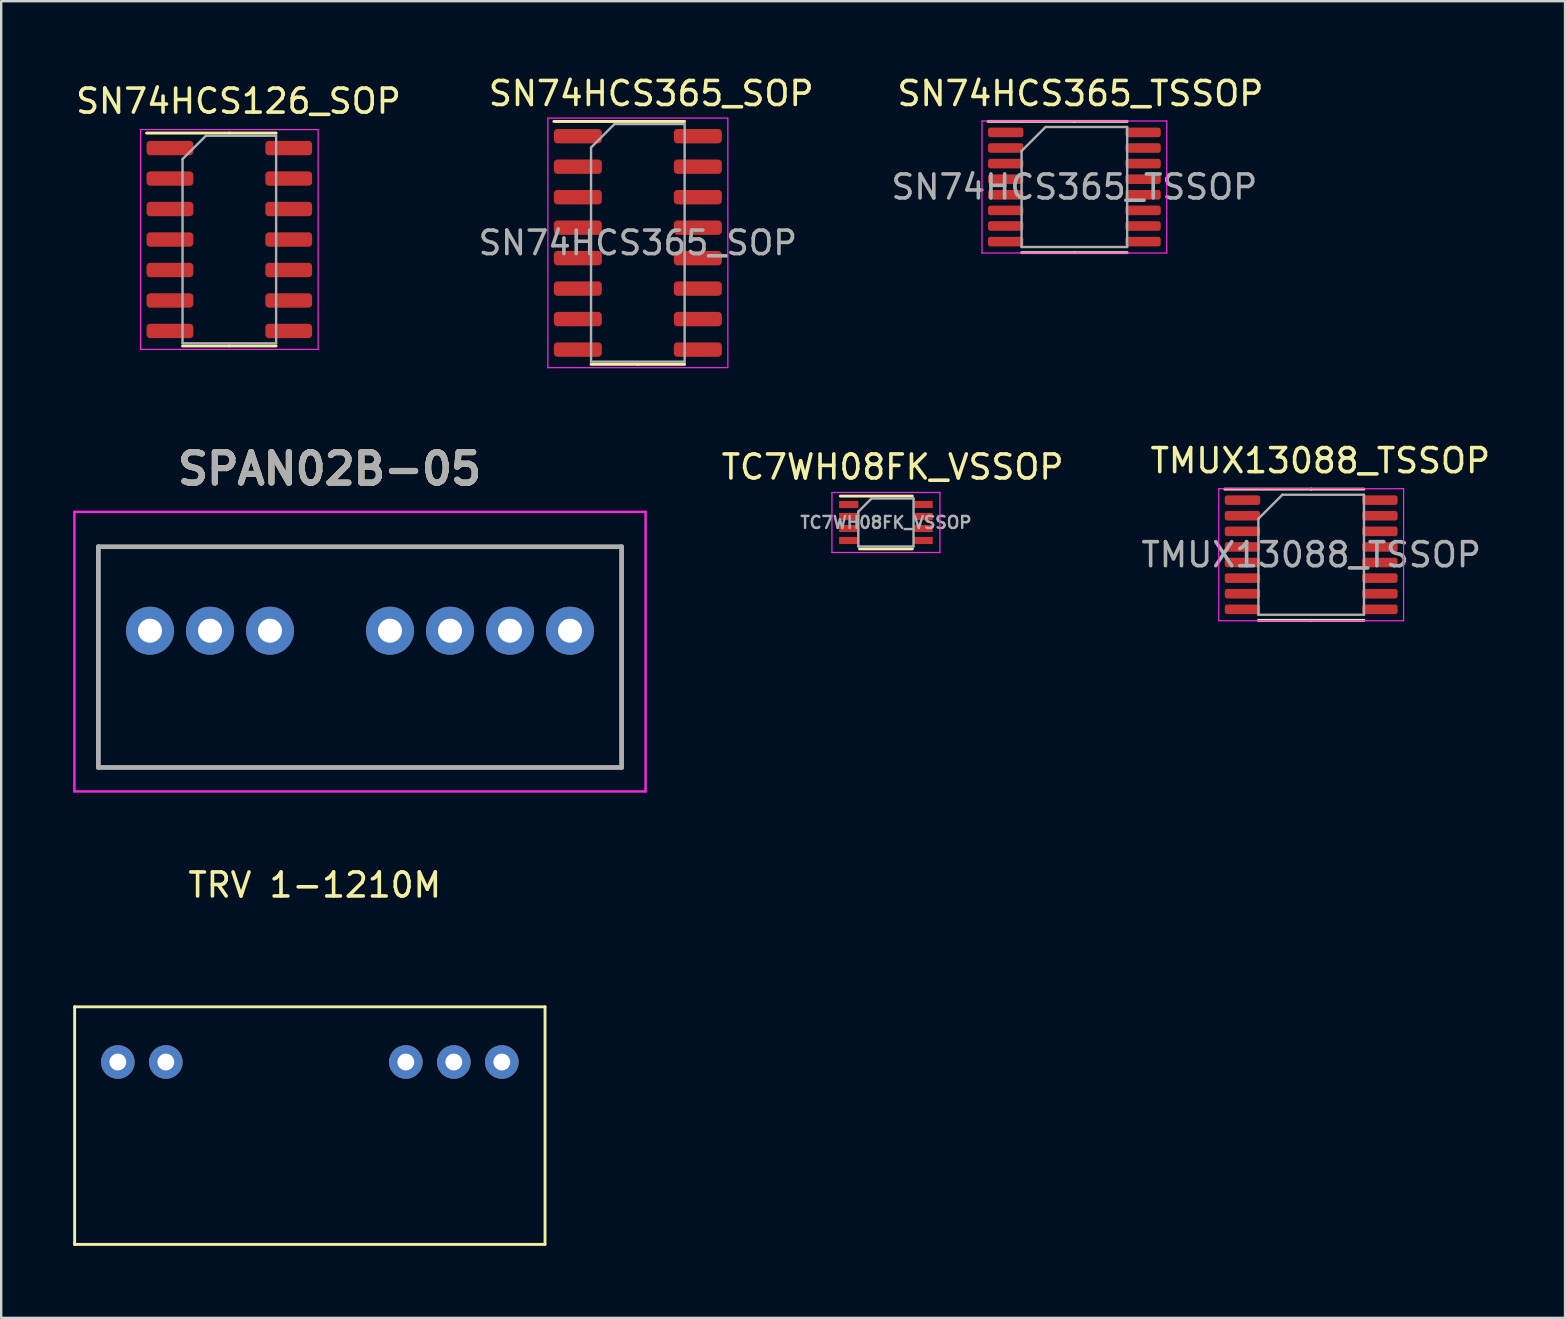
<source format=kicad_pcb>
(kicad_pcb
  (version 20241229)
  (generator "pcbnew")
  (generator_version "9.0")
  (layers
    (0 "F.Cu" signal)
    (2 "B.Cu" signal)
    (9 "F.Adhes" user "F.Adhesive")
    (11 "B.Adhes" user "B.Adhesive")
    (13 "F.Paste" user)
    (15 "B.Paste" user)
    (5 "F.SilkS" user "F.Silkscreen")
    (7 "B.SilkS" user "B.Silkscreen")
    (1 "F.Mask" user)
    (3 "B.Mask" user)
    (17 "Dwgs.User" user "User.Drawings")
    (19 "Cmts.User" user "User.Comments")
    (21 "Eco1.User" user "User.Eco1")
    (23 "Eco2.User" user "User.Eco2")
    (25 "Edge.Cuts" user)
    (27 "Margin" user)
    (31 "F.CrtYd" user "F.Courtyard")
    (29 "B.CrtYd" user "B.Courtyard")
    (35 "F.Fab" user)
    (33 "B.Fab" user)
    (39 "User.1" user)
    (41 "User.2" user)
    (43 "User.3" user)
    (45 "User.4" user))
  (footprint "SPAN02B-05"
    (layer "F.Cu")
    (at 11.95 24.105)
    (property "Reference" "SPAN02B-05" (at -1.27 -7.62 0) (layer "F.SilkS") (effects (font (size 1.27 1.27) (thickness 0.254))))
    (attr through_hole)
    (fp_line (start -10.9 -4.375) (end 10.9 -4.375) (stroke (width 0.1) (type solid)) (layer "F.SilkS"))
    (fp_line (start -10.9 4.825) (end -10.9 -4.375) (stroke (width 0.1) (type solid)) (layer "F.SilkS"))
    (fp_line (start 10.9 -4.375) (end 10.9 4.825) (stroke (width 0.1) (type solid)) (layer "F.SilkS"))
    (fp_line (start 10.9 4.825) (end -10.9 4.825) (stroke (width 0.1) (type solid)) (layer "F.SilkS"))
    (fp_line (start -11.9 -5.825) (end 11.9 -5.825) (stroke (width 0.1) (type solid)) (layer "F.CrtYd"))
    (fp_line (start -11.9 5.825) (end -11.9 -5.825) (stroke (width 0.1) (type solid)) (layer "F.CrtYd"))
    (fp_line (start 11.9 -5.825) (end 11.9 5.825) (stroke (width 0.1) (type solid)) (layer "F.CrtYd"))
    (fp_line (start 11.9 5.825) (end -11.9 5.825) (stroke (width 0.1) (type solid)) (layer "F.CrtYd"))
    (fp_line (start -10.9 -4.375) (end 10.9 -4.375) (stroke (width 0.2) (type solid)) (layer "F.Fab"))
    (fp_line (start -10.9 4.825) (end -10.9 -4.375) (stroke (width 0.2) (type solid)) (layer "F.Fab"))
    (fp_line (start 10.9 -4.375) (end 10.9 4.825) (stroke (width 0.2) (type solid)) (layer "F.Fab"))
    (fp_line (start 10.9 4.825) (end -10.9 4.825) (stroke (width 0.2) (type solid)) (layer "F.Fab"))
    (fp_text user "${REFERENCE}" (at -1.27 -7.62 0) (layer "F.Fab") (effects (font (size 1.27 1.27) (thickness 0.254))))
    (pad "1" thru_hole circle (at -8.75 -0.875) (size 2 2) (drill 1) (layers "*.Cu" "*.Mask"))
    (pad "2" thru_hole circle (at -6.25 -0.875) (size 2 2) (drill 1) (layers "*.Cu" "*.Mask"))
    (pad "3" thru_hole circle (at -3.75 -0.875) (size 2 2) (drill 1) (layers "*.Cu" "*.Mask"))
    (pad "5" thru_hole circle (at 1.25 -0.875) (size 2 2) (drill 1) (layers "*.Cu" "*.Mask"))
    (pad "6" thru_hole circle (at 3.75 -0.875) (size 2 2) (drill 1) (layers "*.Cu" "*.Mask"))
    (pad "7" thru_hole circle (at 6.25 -0.875) (size 2 2) (drill 1) (layers "*.Cu" "*.Mask"))
    (pad "8" thru_hole circle (at 8.75 -0.875) (size 2 2) (drill 1) (layers "*.Cu" "*.Mask")))
  (footprint "TMUX13088_TSSOP"
    (layer "F.Cu")
    (at 51.966 15.645)
    (property "Reference" "TMUX13088_TSSOP" (at 0 0.5 0) (layer "F.SilkS") (effects (font (size 1 1) (thickness 0.15))))
    (attr through_hole)
    (fp_line (start -0.381 1.685) (end -3.981 1.685) (stroke (width 0.12) (type solid)) (layer "F.SilkS"))
    (fp_line (start -0.381 1.685) (end 1.819 1.685) (stroke (width 0.12) (type solid)) (layer "F.SilkS"))
    (fp_line (start -0.381 7.155) (end -2.581 7.155) (stroke (width 0.12) (type solid)) (layer "F.SilkS"))
    (fp_line (start -0.381 7.155) (end 1.819 7.155) (stroke (width 0.12) (type solid)) (layer "F.SilkS"))
    (fp_line (start -4.231 1.67) (end -4.231 7.17) (stroke (width 0.05) (type solid)) (layer "F.CrtYd"))
    (fp_line (start -4.231 7.17) (end 3.469 7.17) (stroke (width 0.05) (type solid)) (layer "F.CrtYd"))
    (fp_line (start 3.469 1.67) (end -4.231 1.67) (stroke (width 0.05) (type solid)) (layer "F.CrtYd"))
    (fp_line (start 3.469 7.17) (end 3.469 1.67) (stroke (width 0.05) (type solid)) (layer "F.CrtYd"))
    (fp_line (start -2.581 2.92) (end -1.581 1.92) (stroke (width 0.1) (type solid)) (layer "F.Fab"))
    (fp_line (start -2.581 6.92) (end -2.581 2.92) (stroke (width 0.1) (type solid)) (layer "F.Fab"))
    (fp_line (start -1.581 1.92) (end 1.819 1.92) (stroke (width 0.1) (type solid)) (layer "F.Fab"))
    (fp_line (start 1.819 1.92) (end 1.819 6.92) (stroke (width 0.1) (type solid)) (layer "F.Fab"))
    (fp_line (start 1.819 6.92) (end -2.581 6.92) (stroke (width 0.1) (type solid)) (layer "F.Fab"))
    (fp_text user "${REFERENCE}" (at -0.381 4.42 0) (layer "F.Fab") (effects (font (size 1 1) (thickness 0.15))))
    (pad "1" smd roundrect (at -3.244 2.145) (size 1.475 0.4) (layers "F.Cu" "F.Mask" "F.Paste") (roundrect_rratio 0.25))
    (pad "2" smd roundrect (at -3.244 2.795) (size 1.475 0.4) (layers "F.Cu" "F.Mask" "F.Paste") (roundrect_rratio 0.25))
    (pad "3" smd roundrect (at -3.244 3.445) (size 1.475 0.4) (layers "F.Cu" "F.Mask" "F.Paste") (roundrect_rratio 0.25))
    (pad "4" smd roundrect (at -3.244 4.095) (size 1.475 0.4) (layers "F.Cu" "F.Mask" "F.Paste") (roundrect_rratio 0.25))
    (pad "5" smd roundrect (at -3.244 4.745) (size 1.475 0.4) (layers "F.Cu" "F.Mask" "F.Paste") (roundrect_rratio 0.25))
    (pad "6" smd roundrect (at -3.244 5.395) (size 1.475 0.4) (layers "F.Cu" "F.Mask" "F.Paste") (roundrect_rratio 0.25))
    (pad "7" smd roundrect (at -3.244 6.045) (size 1.475 0.4) (layers "F.Cu" "F.Mask" "F.Paste") (roundrect_rratio 0.25))
    (pad "8" smd roundrect (at -3.244 6.695) (size 1.475 0.4) (layers "F.Cu" "F.Mask" "F.Paste") (roundrect_rratio 0.25))
    (pad "9" smd roundrect (at 2.482 6.695) (size 1.475 0.4) (layers "F.Cu" "F.Mask" "F.Paste") (roundrect_rratio 0.25))
    (pad "10" smd roundrect (at 2.482 6.045) (size 1.475 0.4) (layers "F.Cu" "F.Mask" "F.Paste") (roundrect_rratio 0.25))
    (pad "11" smd roundrect (at 2.482 5.395) (size 1.475 0.4) (layers "F.Cu" "F.Mask" "F.Paste") (roundrect_rratio 0.25))
    (pad "12" smd roundrect (at 2.482 4.745) (size 1.475 0.4) (layers "F.Cu" "F.Mask" "F.Paste") (roundrect_rratio 0.25))
    (pad "13" smd roundrect (at 2.482 4.095) (size 1.475 0.4) (layers "F.Cu" "F.Mask" "F.Paste") (roundrect_rratio 0.25))
    (pad "14" smd roundrect (at 2.482 3.445) (size 1.475 0.4) (layers "F.Cu" "F.Mask" "F.Paste") (roundrect_rratio 0.25))
    (pad "15" smd roundrect (at 2.482 2.795) (size 1.475 0.4) (layers "F.Cu" "F.Mask" "F.Paste") (roundrect_rratio 0.25))
    (pad "16" smd roundrect (at 2.482 2.145) (size 1.475 0.4) (layers "F.Cu" "F.Mask" "F.Paste") (roundrect_rratio 0.25)))
  (footprint "TC7WH08FK_VSSOP"
    (layer "F.Cu")
    (at 34.144 15.546)
    (property "Reference" "TC7WH08FK_VSSOP" (at 0 0.864 0) (layer "F.SilkS") (effects (font (size 1 1) (thickness 0.15))))
    (attr through_hole)
    (fp_line (start 0.821 2.075) (end -2.179 2.075) (stroke (width 0.12) (type solid)) (layer "F.SilkS"))
    (fp_line (start 0.821 4.275) (end -1.379 4.275) (stroke (width 0.12) (type solid)) (layer "F.SilkS"))
    (fp_line (start -2.529 1.925) (end 1.971 1.925) (stroke (width 0.05) (type solid)) (layer "F.CrtYd"))
    (fp_line (start -2.529 4.425) (end -2.529 1.925) (stroke (width 0.05) (type solid)) (layer "F.CrtYd"))
    (fp_line (start 1.971 1.925) (end 1.971 4.425) (stroke (width 0.05) (type solid)) (layer "F.CrtYd"))
    (fp_line (start 1.971 4.425) (end -2.529 4.425) (stroke (width 0.05) (type solid)) (layer "F.CrtYd"))
    (fp_line (start -1.429 4.175) (end -1.429 2.725) (stroke (width 0.1) (type solid)) (layer "F.Fab"))
    (fp_line (start -0.879 2.175) (end -1.429 2.725) (stroke (width 0.1) (type solid)) (layer "F.Fab"))
    (fp_line (start -0.879 2.175) (end 0.871 2.175) (stroke (width 0.1) (type solid)) (layer "F.Fab"))
    (fp_line (start 0.871 2.175) (end 0.871 4.175) (stroke (width 0.1) (type solid)) (layer "F.Fab"))
    (fp_line (start 0.871 4.175) (end -1.429 4.175) (stroke (width 0.1) (type solid)) (layer "F.Fab"))
    (fp_text user "${REFERENCE}" (at -0.279 3.175 0) (layer "F.Fab") (effects (font (size 0.5 0.5) (thickness 0.1))))
    (pad "1" smd rect (at -1.829 2.425 270) (size 0.3 0.8) (layers "F.Cu" "F.Mask" "F.Paste"))
    (pad "2" smd rect (at -1.829 2.925 270) (size 0.3 0.8) (layers "F.Cu" "F.Mask" "F.Paste"))
    (pad "3" smd rect (at -1.829 3.425 270) (size 0.3 0.8) (layers "F.Cu" "F.Mask" "F.Paste"))
    (pad "4" smd rect (at -1.829 3.925 270) (size 0.3 0.8) (layers "F.Cu" "F.Mask" "F.Paste"))
    (pad "5" smd rect (at 1.271 3.925 270) (size 0.3 0.8) (layers "F.Cu" "F.Mask" "F.Paste"))
    (pad "6" smd rect (at 1.271 3.425 270) (size 0.3 0.8) (layers "F.Cu" "F.Mask" "F.Paste"))
    (pad "7" smd rect (at 1.271 2.925 270) (size 0.3 0.8) (layers "F.Cu" "F.Mask" "F.Paste"))
    (pad "8" smd rect (at 1.271 2.425 270) (size 0.3 0.8) (layers "F.Cu" "F.Mask" "F.Paste")))
  (footprint "SN74HCS365_SOP"
    (layer "F.Cu")
    (at 23.299 1.331)
    (property "Reference" "SN74HCS365_SOP" (at 0.787 -0.483 0) (layer "F.SilkS") (effects (font (size 1 1) (thickness 0.15))))
    (attr through_hole)
    (fp_line (start 0.229 0.68) (end -3.271 0.68) (stroke (width 0.12) (type solid)) (layer "F.SilkS"))
    (fp_line (start 0.229 0.68) (end 2.179 0.68) (stroke (width 0.12) (type solid)) (layer "F.SilkS"))
    (fp_line (start 0.229 10.8) (end -1.721 10.8) (stroke (width 0.12) (type solid)) (layer "F.SilkS"))
    (fp_line (start 0.229 10.8) (end 2.179 10.8) (stroke (width 0.12) (type solid)) (layer "F.SilkS"))
    (fp_line (start -3.521 0.54) (end -3.521 10.94) (stroke (width 0.05) (type solid)) (layer "F.CrtYd"))
    (fp_line (start -3.521 10.94) (end 3.979 10.94) (stroke (width 0.05) (type solid)) (layer "F.CrtYd"))
    (fp_line (start 3.979 0.54) (end -3.521 0.54) (stroke (width 0.05) (type solid)) (layer "F.CrtYd"))
    (fp_line (start 3.979 10.94) (end 3.979 0.54) (stroke (width 0.05) (type solid)) (layer "F.CrtYd"))
    (fp_line (start -1.721 1.765) (end -0.746 0.79) (stroke (width 0.1) (type solid)) (layer "F.Fab"))
    (fp_line (start -1.721 10.69) (end -1.721 1.765) (stroke (width 0.1) (type solid)) (layer "F.Fab"))
    (fp_line (start -0.746 0.79) (end 2.179 0.79) (stroke (width 0.1) (type solid)) (layer "F.Fab"))
    (fp_line (start 2.179 0.79) (end 2.179 10.69) (stroke (width 0.1) (type solid)) (layer "F.Fab"))
    (fp_line (start 2.179 10.69) (end -1.721 10.69) (stroke (width 0.1) (type solid)) (layer "F.Fab"))
    (fp_text user "${REFERENCE}" (at 0.229 5.74 0) (layer "F.Fab") (effects (font (size 0.98 0.98) (thickness 0.15))))
    (pad "1" smd roundrect (at -2.271 1.295) (size 2 0.6) (layers "F.Cu" "F.Mask" "F.Paste") (roundrect_rratio 0.25))
    (pad "2" smd roundrect (at -2.271 2.565) (size 2 0.6) (layers "F.Cu" "F.Mask" "F.Paste") (roundrect_rratio 0.25))
    (pad "3" smd roundrect (at -2.271 3.835) (size 2 0.6) (layers "F.Cu" "F.Mask" "F.Paste") (roundrect_rratio 0.25))
    (pad "4" smd roundrect (at -2.271 5.105) (size 2 0.6) (layers "F.Cu" "F.Mask" "F.Paste") (roundrect_rratio 0.25))
    (pad "5" smd roundrect (at -2.271 6.375) (size 2 0.6) (layers "F.Cu" "F.Mask" "F.Paste") (roundrect_rratio 0.25))
    (pad "6" smd roundrect (at -2.271 7.645) (size 2 0.6) (layers "F.Cu" "F.Mask" "F.Paste") (roundrect_rratio 0.25))
    (pad "7" smd roundrect (at -2.271 8.915) (size 2 0.6) (layers "F.Cu" "F.Mask" "F.Paste") (roundrect_rratio 0.25))
    (pad "8" smd roundrect (at -2.271 10.185) (size 2 0.6) (layers "F.Cu" "F.Mask" "F.Paste") (roundrect_rratio 0.25))
    (pad "9" smd roundrect (at 2.729 10.185) (size 2 0.6) (layers "F.Cu" "F.Mask" "F.Paste") (roundrect_rratio 0.25))
    (pad "10" smd roundrect (at 2.729 8.915) (size 2 0.6) (layers "F.Cu" "F.Mask" "F.Paste") (roundrect_rratio 0.25))
    (pad "11" smd roundrect (at 2.729 7.645) (size 2 0.6) (layers "F.Cu" "F.Mask" "F.Paste") (roundrect_rratio 0.25))
    (pad "12" smd roundrect (at 2.729 6.375) (size 2 0.6) (layers "F.Cu" "F.Mask" "F.Paste") (roundrect_rratio 0.25))
    (pad "13" smd roundrect (at 2.729 5.105) (size 2 0.6) (layers "F.Cu" "F.Mask" "F.Paste") (roundrect_rratio 0.25))
    (pad "14" smd roundrect (at 2.729 3.835) (size 2 0.6) (layers "F.Cu" "F.Mask" "F.Paste") (roundrect_rratio 0.25))
    (pad "15" smd roundrect (at 2.729 2.565) (size 2 0.6) (layers "F.Cu" "F.Mask" "F.Paste") (roundrect_rratio 0.25))
    (pad "16" smd roundrect (at 2.729 1.295) (size 2 0.6) (layers "F.Cu" "F.Mask" "F.Paste") (roundrect_rratio 0.25)))
  (footprint "SN74HCS365_TSSOP"
    (layer "F.Cu")
    (at 41.971 0.348)
    (property "Reference" "SN74HCS365_TSSOP" (at 0 0.5 0) (layer "F.SilkS") (effects (font (size 1 1) (thickness 0.15))))
    (attr through_hole)
    (fp_line (start -0.254 1.659) (end -3.854 1.659) (stroke (width 0.12) (type solid)) (layer "F.SilkS"))
    (fp_line (start -0.254 1.659) (end 1.946 1.659) (stroke (width 0.12) (type solid)) (layer "F.SilkS"))
    (fp_line (start -0.254 7.129) (end -2.454 7.129) (stroke (width 0.12) (type solid)) (layer "F.SilkS"))
    (fp_line (start -0.254 7.129) (end 1.946 7.129) (stroke (width 0.12) (type solid)) (layer "F.SilkS"))
    (fp_line (start -4.104 1.644) (end -4.104 7.144) (stroke (width 0.05) (type solid)) (layer "F.CrtYd"))
    (fp_line (start -4.104 7.144) (end 3.596 7.144) (stroke (width 0.05) (type solid)) (layer "F.CrtYd"))
    (fp_line (start 3.596 1.644) (end -4.104 1.644) (stroke (width 0.05) (type solid)) (layer "F.CrtYd"))
    (fp_line (start 3.596 7.144) (end 3.596 1.644) (stroke (width 0.05) (type solid)) (layer "F.CrtYd"))
    (fp_line (start -2.454 2.894) (end -1.454 1.894) (stroke (width 0.1) (type solid)) (layer "F.Fab"))
    (fp_line (start -2.454 6.894) (end -2.454 2.894) (stroke (width 0.1) (type solid)) (layer "F.Fab"))
    (fp_line (start -1.454 1.894) (end 1.946 1.894) (stroke (width 0.1) (type solid)) (layer "F.Fab"))
    (fp_line (start 1.946 1.894) (end 1.946 6.894) (stroke (width 0.1) (type solid)) (layer "F.Fab"))
    (fp_line (start 1.946 6.894) (end -2.454 6.894) (stroke (width 0.1) (type solid)) (layer "F.Fab"))
    (fp_text user "${REFERENCE}" (at -0.254 4.394 0) (layer "F.Fab") (effects (font (size 1 1) (thickness 0.15))))
    (pad "1" smd roundrect (at -3.116 2.119) (size 1.475 0.4) (layers "F.Cu" "F.Mask" "F.Paste") (roundrect_rratio 0.25))
    (pad "2" smd roundrect (at -3.116 2.769) (size 1.475 0.4) (layers "F.Cu" "F.Mask" "F.Paste") (roundrect_rratio 0.25))
    (pad "3" smd roundrect (at -3.116 3.419) (size 1.475 0.4) (layers "F.Cu" "F.Mask" "F.Paste") (roundrect_rratio 0.25))
    (pad "4" smd roundrect (at -3.116 4.069) (size 1.475 0.4) (layers "F.Cu" "F.Mask" "F.Paste") (roundrect_rratio 0.25))
    (pad "5" smd roundrect (at -3.116 4.719) (size 1.475 0.4) (layers "F.Cu" "F.Mask" "F.Paste") (roundrect_rratio 0.25))
    (pad "6" smd roundrect (at -3.116 5.369) (size 1.475 0.4) (layers "F.Cu" "F.Mask" "F.Paste") (roundrect_rratio 0.25))
    (pad "7" smd roundrect (at -3.116 6.019) (size 1.475 0.4) (layers "F.Cu" "F.Mask" "F.Paste") (roundrect_rratio 0.25))
    (pad "8" smd roundrect (at -3.116 6.669) (size 1.475 0.4) (layers "F.Cu" "F.Mask" "F.Paste") (roundrect_rratio 0.25))
    (pad "9" smd roundrect (at 2.608 6.669) (size 1.475 0.4) (layers "F.Cu" "F.Mask" "F.Paste") (roundrect_rratio 0.25))
    (pad "10" smd roundrect (at 2.608 6.019) (size 1.475 0.4) (layers "F.Cu" "F.Mask" "F.Paste") (roundrect_rratio 0.25))
    (pad "11" smd roundrect (at 2.608 5.369) (size 1.475 0.4) (layers "F.Cu" "F.Mask" "F.Paste") (roundrect_rratio 0.25))
    (pad "12" smd roundrect (at 2.608 4.719) (size 1.475 0.4) (layers "F.Cu" "F.Mask" "F.Paste") (roundrect_rratio 0.25))
    (pad "13" smd roundrect (at 2.608 4.069) (size 1.475 0.4) (layers "F.Cu" "F.Mask" "F.Paste") (roundrect_rratio 0.25))
    (pad "14" smd roundrect (at 2.608 3.419) (size 1.475 0.4) (layers "F.Cu" "F.Mask" "F.Paste") (roundrect_rratio 0.25))
    (pad "15" smd roundrect (at 2.608 2.769) (size 1.475 0.4) (layers "F.Cu" "F.Mask" "F.Paste") (roundrect_rratio 0.25))
    (pad "16" smd roundrect (at 2.608 2.119) (size 1.475 0.4) (layers "F.Cu" "F.Mask" "F.Paste") (roundrect_rratio 0.25)))
  (footprint "SN74HCS126_SOP"
    (layer "F.Cu")
    (at 6.887 0.25)
    (property "Reference" "SN74HCS126_SOP" (at 0 0.914 0) (layer "F.SilkS") (effects (font (size 1 1) (thickness 0.15))))
    (attr through_hole)
    (fp_line (start -0.381 2.245) (end -3.831 2.245) (stroke (width 0.12) (type solid)) (layer "F.SilkS"))
    (fp_line (start -0.381 2.245) (end 1.569 2.245) (stroke (width 0.12) (type solid)) (layer "F.SilkS"))
    (fp_line (start -0.381 11.115) (end -2.331 11.115) (stroke (width 0.12) (type solid)) (layer "F.SilkS"))
    (fp_line (start -0.381 11.115) (end 1.569 11.115) (stroke (width 0.12) (type solid)) (layer "F.SilkS"))
    (fp_line (start -4.081 2.1) (end -4.081 11.26) (stroke (width 0.05) (type solid)) (layer "F.CrtYd"))
    (fp_line (start -4.081 11.26) (end 3.319 11.26) (stroke (width 0.05) (type solid)) (layer "F.CrtYd"))
    (fp_line (start 3.319 2.1) (end -4.081 2.1) (stroke (width 0.05) (type solid)) (layer "F.CrtYd"))
    (fp_line (start 3.319 11.26) (end 3.319 2.1) (stroke (width 0.05) (type solid)) (layer "F.CrtYd"))
    (fp_line (start -2.331 3.33) (end -1.356 2.355) (stroke (width 0.1) (type solid)) (layer "F.Fab"))
    (fp_line (start -2.331 11.005) (end -2.331 3.33) (stroke (width 0.1) (type solid)) (layer "F.Fab"))
    (fp_line (start -1.356 2.355) (end 1.569 2.355) (stroke (width 0.1) (type solid)) (layer "F.Fab"))
    (fp_line (start 1.569 2.355) (end 1.569 11.005) (stroke (width 0.1) (type solid)) (layer "F.Fab"))
    (fp_line (start 1.569 11.005) (end -2.331 11.005) (stroke (width 0.1) (type solid)) (layer "F.Fab"))
    (pad "1" smd roundrect (at -2.856 2.87) (size 1.95 0.6) (layers "F.Cu" "F.Mask" "F.Paste") (roundrect_rratio 0.25))
    (pad "2" smd roundrect (at -2.856 4.14) (size 1.95 0.6) (layers "F.Cu" "F.Mask" "F.Paste") (roundrect_rratio 0.25))
    (pad "3" smd roundrect (at -2.856 5.41) (size 1.95 0.6) (layers "F.Cu" "F.Mask" "F.Paste") (roundrect_rratio 0.25))
    (pad "4" smd roundrect (at -2.856 6.68) (size 1.95 0.6) (layers "F.Cu" "F.Mask" "F.Paste") (roundrect_rratio 0.25))
    (pad "5" smd roundrect (at -2.856 7.95) (size 1.95 0.6) (layers "F.Cu" "F.Mask" "F.Paste") (roundrect_rratio 0.25))
    (pad "6" smd roundrect (at -2.856 9.22) (size 1.95 0.6) (layers "F.Cu" "F.Mask" "F.Paste") (roundrect_rratio 0.25))
    (pad "7" smd roundrect (at -2.856 10.49) (size 1.95 0.6) (layers "F.Cu" "F.Mask" "F.Paste") (roundrect_rratio 0.25))
    (pad "8" smd roundrect (at 2.094 10.49) (size 1.95 0.6) (layers "F.Cu" "F.Mask" "F.Paste") (roundrect_rratio 0.25))
    (pad "9" smd roundrect (at 2.094 9.22) (size 1.95 0.6) (layers "F.Cu" "F.Mask" "F.Paste") (roundrect_rratio 0.25))
    (pad "10" smd roundrect (at 2.094 7.95) (size 1.95 0.6) (layers "F.Cu" "F.Mask" "F.Paste") (roundrect_rratio 0.25))
    (pad "11" smd roundrect (at 2.094 6.68) (size 1.95 0.6) (layers "F.Cu" "F.Mask" "F.Paste") (roundrect_rratio 0.25))
    (pad "12" smd roundrect (at 2.094 5.41) (size 1.95 0.6) (layers "F.Cu" "F.Mask" "F.Paste") (roundrect_rratio 0.25))
    (pad "13" smd roundrect (at 2.094 4.14) (size 1.95 0.6) (layers "F.Cu" "F.Mask" "F.Paste") (roundrect_rratio 0.25))
    (pad "14" smd roundrect (at 2.094 2.87) (size 1.95 0.6) (layers "F.Cu" "F.Mask" "F.Paste") (roundrect_rratio 0.25)))
  (footprint "TRV 1-1210M"
    (layer "F.Cu")
    (at 1.86 41.202)
    (property "Reference" "TRV 1-1210M" (at 8.204 -7.374 0) (layer "F.SilkS") (effects (font (size 1 1) (thickness 0.15))))
    (attr through_hole)
    (fp_line (start -1.8 -2.3) (end -1.8 7.6) (stroke (width 0.12) (type solid)) (layer "F.SilkS"))
    (fp_line (start -1.8 -2.3) (end 17.8 -2.3) (stroke (width 0.12) (type solid)) (layer "F.SilkS"))
    (fp_line (start -1.8 7.6) (end 17.8 7.6) (stroke (width 0.12) (type solid)) (layer "F.SilkS"))
    (fp_line (start 17.8 7.6) (end 17.8 -2.3) (stroke (width 0.12) (type solid)) (layer "F.SilkS"))
    (pad "1" thru_hole circle (at 0 0) (size 1.4 1.4) (drill 0.7) (layers "*.Cu" "*.Mask"))
    (pad "2" thru_hole circle (at 2 0) (size 1.4 1.4) (drill 0.7) (layers "*.Cu" "*.Mask"))
    (pad "7" thru_hole circle (at 12 0) (size 1.4 1.4) (drill 0.7) (layers "*.Cu" "*.Mask"))
    (pad "8" thru_hole circle (at 14 0) (size 1.4 1.4) (drill 0.7) (layers "*.Cu" "*.Mask"))
    (pad "9" thru_hole circle (at 16 0) (size 1.4 1.4) (drill 0.7) (layers "*.Cu" "*.Mask")))
  (gr_rect
    (start -3 -3)
    (end 62.162 51.862)
    (stroke (width 0.1) (type default))
    (fill no)
    (layer "Edge.Cuts")))
</source>
